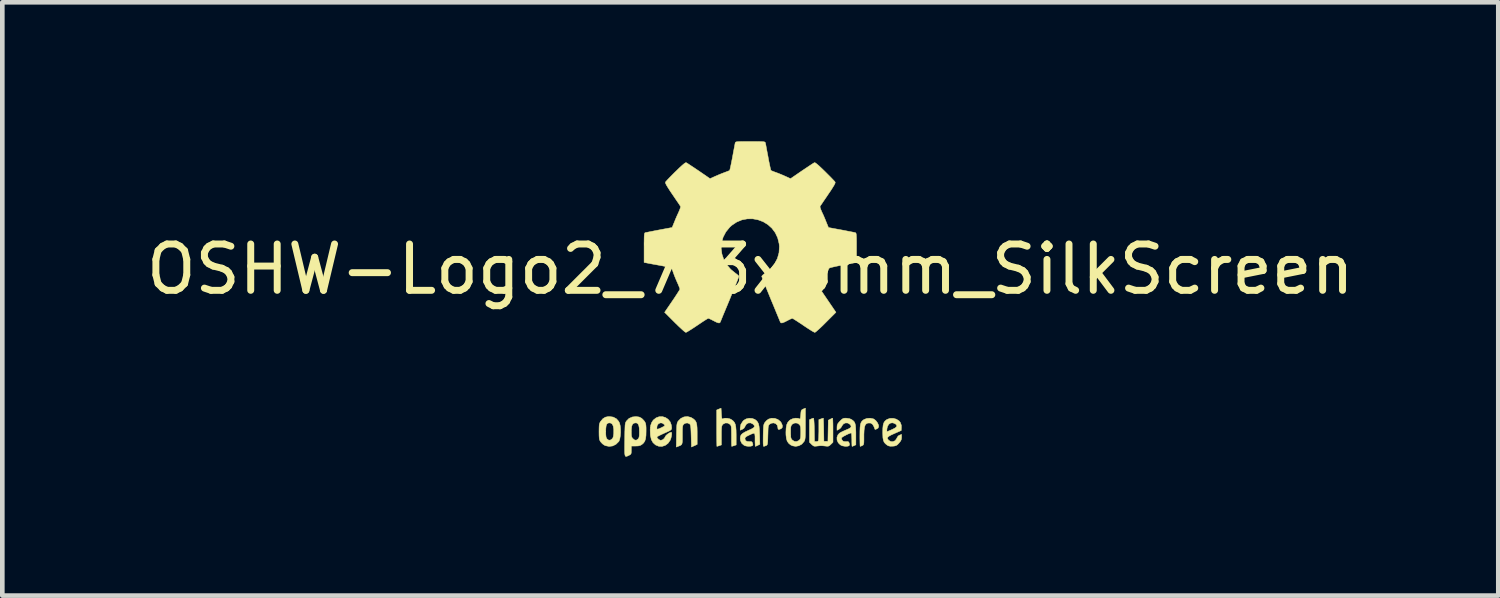
<source format=kicad_pcb>
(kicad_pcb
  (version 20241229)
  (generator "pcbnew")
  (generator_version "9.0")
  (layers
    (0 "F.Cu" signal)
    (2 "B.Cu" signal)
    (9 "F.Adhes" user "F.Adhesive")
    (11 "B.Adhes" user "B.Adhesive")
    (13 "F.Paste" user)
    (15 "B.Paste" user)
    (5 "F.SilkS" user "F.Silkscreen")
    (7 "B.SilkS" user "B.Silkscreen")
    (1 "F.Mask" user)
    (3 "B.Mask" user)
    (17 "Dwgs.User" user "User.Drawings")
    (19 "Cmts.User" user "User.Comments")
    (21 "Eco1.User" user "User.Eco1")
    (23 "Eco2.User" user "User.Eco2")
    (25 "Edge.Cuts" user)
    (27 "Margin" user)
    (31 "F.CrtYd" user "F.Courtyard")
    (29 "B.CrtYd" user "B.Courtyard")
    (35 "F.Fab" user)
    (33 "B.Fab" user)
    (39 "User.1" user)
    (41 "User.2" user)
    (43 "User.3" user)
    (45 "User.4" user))
  (footprint "OSHW-Logo2_7.3x6mm_SilkScreen"
    (layer "F.Cu")
    (at 13.149 2.763)
    (property "Reference" "OSHW-Logo2_7.3x6mm_SilkScreen" (at 0 0 0) (layer "F.SilkS") (effects (font (size 1 1) (thickness 0.15))))
    (attr exclude_from_pos_files exclude_from_bom)
    (fp_poly (pts (xy 2.653 3.229) (xy 2.67 3.236) (xy 2.711 3.269) (xy 2.747 3.317) (xy 2.769 3.367) (xy 2.772 3.392) (xy 2.76 3.427) (xy 2.734 3.445) (xy 2.706 3.457) (xy 2.693 3.459) (xy 2.687 3.444) (xy 2.674 3.411) (xy 2.669 3.397) (xy 2.639 3.346) (xy 2.595 3.32) (xy 2.538 3.321) (xy 2.534 3.322) (xy 2.504 3.337) (xy 2.481 3.364) (xy 2.466 3.409) (xy 2.457 3.475) (xy 2.453 3.564) (xy 2.453 3.611) (xy 2.453 3.686) (xy 2.452 3.737) (xy 2.448 3.769) (xy 2.442 3.788) (xy 2.432 3.799) (xy 2.417 3.807) (xy 2.416 3.808) (xy 2.387 3.82) (xy 2.372 3.825) (xy 2.37 3.811) (xy 2.368 3.773) (xy 2.367 3.716) (xy 2.366 3.644) (xy 2.366 3.592) (xy 2.367 3.49) (xy 2.37 3.413) (xy 2.377 3.356) (xy 2.389 3.315) (xy 2.407 3.284) (xy 2.432 3.26) (xy 2.457 3.243) (xy 2.517 3.221) (xy 2.587 3.216) (xy 2.653 3.229)) (stroke (width 0.01) (type solid)) (fill yes) (layer "F.SilkS"))
    (fp_poly (pts (xy -1.284 3.198) (xy -1.237 3.225) (xy -1.205 3.251) (xy -1.181 3.279) (xy -1.165 3.314) (xy -1.155 3.359) (xy -1.149 3.421) (xy -1.147 3.504) (xy -1.147 3.563) (xy -1.147 3.782) (xy -1.208 3.81) (xy -1.27 3.838) (xy -1.277 3.598) (xy -1.28 3.508) (xy -1.283 3.443) (xy -1.287 3.398) (xy -1.293 3.369) (xy -1.3 3.351) (xy -1.31 3.34) (xy -1.313 3.337) (xy -1.36 3.318) (xy -1.408 3.326) (xy -1.437 3.346) (xy -1.449 3.36) (xy -1.457 3.378) (xy -1.462 3.406) (xy -1.465 3.449) (xy -1.466 3.512) (xy -1.466 3.577) (xy -1.466 3.659) (xy -1.467 3.717) (xy -1.472 3.756) (xy -1.482 3.782) (xy -1.499 3.798) (xy -1.525 3.811) (xy -1.56 3.824) (xy -1.598 3.839) (xy -1.594 3.581) (xy -1.592 3.489) (xy -1.59 3.42) (xy -1.587 3.371) (xy -1.582 3.336) (xy -1.575 3.312) (xy -1.566 3.292) (xy -1.554 3.275) (xy -1.499 3.22) (xy -1.431 3.188) (xy -1.357 3.18) (xy -1.284 3.198)) (stroke (width 0.01) (type solid)) (fill yes) (layer "F.SilkS"))
    (fp_poly (pts (xy 0.53 3.22) (xy 0.596 3.244) (xy 0.649 3.287) (xy 0.67 3.317) (xy 0.693 3.373) (xy 0.692 3.413) (xy 0.669 3.44) (xy 0.66 3.445) (xy 0.622 3.459) (xy 0.602 3.455) (xy 0.595 3.431) (xy 0.595 3.418) (xy 0.583 3.369) (xy 0.551 3.335) (xy 0.508 3.318) (xy 0.459 3.323) (xy 0.419 3.344) (xy 0.405 3.357) (xy 0.396 3.371) (xy 0.389 3.394) (xy 0.385 3.429) (xy 0.383 3.482) (xy 0.381 3.558) (xy 0.38 3.582) (xy 0.378 3.664) (xy 0.376 3.721) (xy 0.372 3.76) (xy 0.367 3.783) (xy 0.359 3.796) (xy 0.347 3.805) (xy 0.339 3.808) (xy 0.307 3.82) (xy 0.288 3.825) (xy 0.282 3.811) (xy 0.278 3.77) (xy 0.277 3.701) (xy 0.278 3.604) (xy 0.278 3.589) (xy 0.28 3.5) (xy 0.283 3.435) (xy 0.286 3.389) (xy 0.292 3.357) (xy 0.3 3.334) (xy 0.311 3.314) (xy 0.317 3.305) (xy 0.35 3.268) (xy 0.388 3.239) (xy 0.392 3.236) (xy 0.459 3.216) (xy 0.53 3.22)) (stroke (width 0.01) (type solid)) (fill yes) (layer "F.SilkS"))
    (fp_poly (pts (xy -0.624 3.121) (xy -0.62 3.181) (xy -0.615 3.216) (xy -0.608 3.231) (xy -0.598 3.231) (xy -0.595 3.229) (xy -0.552 3.216) (xy -0.497 3.217) (xy -0.44 3.23) (xy -0.405 3.248) (xy -0.369 3.276) (xy -0.342 3.308) (xy -0.324 3.348) (xy -0.313 3.402) (xy -0.307 3.474) (xy -0.305 3.569) (xy -0.305 3.587) (xy -0.305 3.793) (xy -0.351 3.809) (xy -0.383 3.819) (xy -0.401 3.824) (xy -0.401 3.825) (xy -0.403 3.811) (xy -0.405 3.773) (xy -0.406 3.716) (xy -0.406 3.645) (xy -0.406 3.602) (xy -0.407 3.517) (xy -0.408 3.456) (xy -0.41 3.414) (xy -0.415 3.387) (xy -0.422 3.368) (xy -0.433 3.355) (xy -0.44 3.348) (xy -0.487 3.321) (xy -0.538 3.319) (xy -0.584 3.342) (xy -0.593 3.35) (xy -0.605 3.365) (xy -0.614 3.384) (xy -0.619 3.41) (xy -0.622 3.45) (xy -0.624 3.508) (xy -0.624 3.588) (xy -0.624 3.793) (xy -0.67 3.809) (xy -0.702 3.819) (xy -0.72 3.824) (xy -0.721 3.825) (xy -0.722 3.811) (xy -0.723 3.771) (xy -0.724 3.711) (xy -0.725 3.632) (xy -0.726 3.539) (xy -0.726 3.437) (xy -0.726 3.039) (xy -0.679 3.019) (xy -0.631 3) (xy -0.624 3.121)) (stroke (width 0.01) (type solid)) (fill yes) (layer "F.SilkS"))
    (fp_poly (pts (xy 1.78 3.229) (xy 1.782 3.267) (xy 1.784 3.325) (xy 1.785 3.398) (xy 1.785 3.475) (xy 1.785 3.735) (xy 1.739 3.781) (xy 1.708 3.809) (xy 1.68 3.821) (xy 1.642 3.82) (xy 1.627 3.818) (xy 1.58 3.813) (xy 1.541 3.81) (xy 1.531 3.81) (xy 1.499 3.811) (xy 1.453 3.816) (xy 1.436 3.818) (xy 1.392 3.822) (xy 1.363 3.814) (xy 1.334 3.791) (xy 1.323 3.781) (xy 1.277 3.735) (xy 1.277 3.249) (xy 1.314 3.232) (xy 1.346 3.219) (xy 1.365 3.215) (xy 1.369 3.229) (xy 1.374 3.267) (xy 1.378 3.326) (xy 1.381 3.402) (xy 1.382 3.465) (xy 1.386 3.716) (xy 1.421 3.721) (xy 1.452 3.717) (xy 1.468 3.706) (xy 1.472 3.685) (xy 1.476 3.641) (xy 1.478 3.579) (xy 1.48 3.505) (xy 1.48 3.467) (xy 1.48 3.247) (xy 1.526 3.231) (xy 1.559 3.22) (xy 1.576 3.215) (xy 1.577 3.215) (xy 1.578 3.229) (xy 1.58 3.267) (xy 1.582 3.324) (xy 1.584 3.397) (xy 1.585 3.465) (xy 1.589 3.716) (xy 1.676 3.716) (xy 1.68 3.487) (xy 1.684 3.259) (xy 1.727 3.237) (xy 1.758 3.222) (xy 1.777 3.215) (xy 1.777 3.215) (xy 1.78 3.229)) (stroke (width 0.01) (type solid)) (fill yes) (layer "F.SilkS"))
    (fp_poly (pts (xy -2.959 3.192) (xy -2.891 3.228) (xy -2.841 3.285) (xy -2.823 3.322) (xy -2.809 3.378) (xy -2.802 3.448) (xy -2.801 3.525) (xy -2.807 3.6) (xy -2.818 3.664) (xy -2.834 3.711) (xy -2.839 3.719) (xy -2.9 3.779) (xy -2.971 3.815) (xy -3.049 3.825) (xy -3.127 3.809) (xy -3.149 3.799) (xy -3.192 3.769) (xy -3.229 3.729) (xy -3.233 3.724) (xy -3.247 3.7) (xy -3.257 3.674) (xy -3.262 3.64) (xy -3.265 3.591) (xy -3.266 3.521) (xy -3.266 3.505) (xy -3.266 3.5) (xy -3.121 3.5) (xy -3.12 3.566) (xy -3.116 3.61) (xy -3.109 3.639) (xy -3.098 3.658) (xy -3.092 3.665) (xy -3.057 3.69) (xy -3.023 3.689) (xy -2.989 3.667) (xy -2.969 3.644) (xy -2.957 3.61) (xy -2.95 3.558) (xy -2.949 3.551) (xy -2.948 3.456) (xy -2.96 3.384) (xy -2.985 3.338) (xy -3.023 3.318) (xy -3.037 3.317) (xy -3.073 3.322) (xy -3.097 3.342) (xy -3.112 3.379) (xy -3.119 3.438) (xy -3.121 3.5) (xy -3.266 3.5) (xy -3.265 3.43) (xy -3.263 3.378) (xy -3.258 3.342) (xy -3.249 3.315) (xy -3.236 3.292) (xy -3.233 3.287) (xy -3.184 3.228) (xy -3.13 3.194) (xy -3.064 3.18) (xy -3.042 3.18) (xy -2.959 3.192)) (stroke (width 0.01) (type solid)) (fill yes) (layer "F.SilkS"))
    (fp_poly (pts (xy 3.154 3.237) (xy 3.211 3.274) (xy 3.239 3.308) (xy 3.261 3.369) (xy 3.262 3.417) (xy 3.258 3.482) (xy 3.11 3.547) (xy 3.037 3.58) (xy 2.99 3.607) (xy 2.966 3.63) (xy 2.961 3.653) (xy 2.975 3.677) (xy 2.99 3.694) (xy 3.034 3.72) (xy 3.081 3.722) (xy 3.125 3.702) (xy 3.157 3.661) (xy 3.163 3.646) (xy 3.191 3.601) (xy 3.222 3.582) (xy 3.266 3.566) (xy 3.266 3.628) (xy 3.262 3.67) (xy 3.247 3.706) (xy 3.215 3.747) (xy 3.211 3.752) (xy 3.176 3.789) (xy 3.145 3.808) (xy 3.108 3.817) (xy 3.076 3.82) (xy 3.02 3.821) (xy 2.981 3.812) (xy 2.956 3.798) (xy 2.917 3.767) (xy 2.89 3.735) (xy 2.873 3.693) (xy 2.863 3.638) (xy 2.86 3.561) (xy 2.859 3.523) (xy 2.86 3.476) (xy 2.948 3.476) (xy 2.949 3.501) (xy 2.952 3.505) (xy 2.968 3.5) (xy 3.004 3.485) (xy 3.052 3.464) (xy 3.062 3.46) (xy 3.123 3.429) (xy 3.157 3.402) (xy 3.164 3.376) (xy 3.146 3.35) (xy 3.132 3.339) (xy 3.079 3.316) (xy 3.03 3.32) (xy 2.989 3.348) (xy 2.961 3.397) (xy 2.952 3.436) (xy 2.948 3.476) (xy 2.86 3.476) (xy 2.861 3.432) (xy 2.868 3.365) (xy 2.882 3.317) (xy 2.904 3.281) (xy 2.937 3.253) (xy 2.951 3.243) (xy 3.015 3.22) (xy 3.085 3.218) (xy 3.154 3.237)) (stroke (width 0.01) (type solid)) (fill yes) (layer "F.SilkS"))
    (fp_poly (pts (xy 1.19 3.335) (xy 1.19 3.444) (xy 1.189 3.527) (xy 1.188 3.59) (xy 1.185 3.635) (xy 1.181 3.667) (xy 1.175 3.691) (xy 1.167 3.709) (xy 1.161 3.719) (xy 1.112 3.776) (xy 1.049 3.811) (xy 0.98 3.824) (xy 0.911 3.812) (xy 0.869 3.792) (xy 0.826 3.755) (xy 0.796 3.711) (xy 0.779 3.653) (xy 0.77 3.576) (xy 0.769 3.52) (xy 0.769 3.516) (xy 0.871 3.516) (xy 0.871 3.581) (xy 0.874 3.624) (xy 0.881 3.652) (xy 0.893 3.672) (xy 0.906 3.687) (xy 0.953 3.717) (xy 1.004 3.719) (xy 1.051 3.695) (xy 1.055 3.691) (xy 1.071 3.674) (xy 1.081 3.653) (xy 1.086 3.622) (xy 1.088 3.575) (xy 1.089 3.522) (xy 1.088 3.455) (xy 1.085 3.411) (xy 1.078 3.382) (xy 1.066 3.361) (xy 1.057 3.35) (xy 1.013 3.322) (xy 0.962 3.319) (xy 0.914 3.34) (xy 0.904 3.348) (xy 0.889 3.366) (xy 0.879 3.387) (xy 0.873 3.418) (xy 0.871 3.466) (xy 0.871 3.516) (xy 0.769 3.516) (xy 0.773 3.429) (xy 0.785 3.36) (xy 0.807 3.309) (xy 0.842 3.268) (xy 0.869 3.248) (xy 0.919 3.226) (xy 0.976 3.215) (xy 1.03 3.218) (xy 1.06 3.229) (xy 1.071 3.232) (xy 1.079 3.221) (xy 1.084 3.189) (xy 1.089 3.141) (xy 1.093 3.087) (xy 1.099 3.054) (xy 1.111 3.036) (xy 1.131 3.024) (xy 1.143 3.018) (xy 1.19 2.999) (xy 1.19 3.335)) (stroke (width 0.01) (type solid)) (fill yes) (layer "F.SilkS"))
    (fp_poly (pts (xy -1.832 3.201) (xy -1.774 3.24) (xy -1.73 3.295) (xy -1.704 3.366) (xy -1.698 3.418) (xy -1.699 3.44) (xy -1.704 3.457) (xy -1.718 3.471) (xy -1.745 3.488) (xy -1.79 3.509) (xy -1.857 3.539) (xy -1.858 3.54) (xy -1.92 3.568) (xy -1.97 3.593) (xy -2.005 3.612) (xy -2.017 3.623) (xy -2.017 3.623) (xy -2.006 3.646) (xy -1.98 3.672) (xy -1.949 3.69) (xy -1.934 3.694) (xy -1.891 3.681) (xy -1.855 3.649) (xy -1.837 3.615) (xy -1.82 3.589) (xy -1.787 3.56) (xy -1.748 3.534) (xy -1.713 3.52) (xy -1.706 3.52) (xy -1.698 3.532) (xy -1.697 3.564) (xy -1.703 3.607) (xy -1.715 3.653) (xy -1.73 3.693) (xy -1.731 3.694) (xy -1.777 3.759) (xy -1.837 3.803) (xy -1.906 3.825) (xy -1.976 3.822) (xy -2.044 3.794) (xy -2.047 3.792) (xy -2.101 3.743) (xy -2.136 3.68) (xy -2.155 3.597) (xy -2.158 3.574) (xy -2.162 3.464) (xy -2.157 3.413) (xy -2.017 3.413) (xy -2.016 3.445) (xy -2.006 3.454) (xy -1.981 3.447) (xy -1.942 3.431) (xy -1.899 3.41) (xy -1.898 3.409) (xy -1.861 3.39) (xy -1.846 3.377) (xy -1.85 3.363) (xy -1.865 3.346) (xy -1.904 3.32) (xy -1.946 3.318) (xy -1.984 3.337) (xy -2.01 3.373) (xy -2.017 3.413) (xy -2.157 3.413) (xy -2.153 3.376) (xy -2.128 3.306) (xy -2.095 3.257) (xy -2.033 3.208) (xy -1.966 3.183) (xy -1.897 3.182) (xy -1.832 3.201)) (stroke (width 0.01) (type solid)) (fill yes) (layer "F.SilkS"))
    (fp_poly (pts (xy 0.04 3.221) (xy 0.097 3.242) (xy 0.097 3.242) (xy 0.132 3.268) (xy 0.158 3.299) (xy 0.177 3.338) (xy 0.189 3.391) (xy 0.196 3.464) (xy 0.2 3.559) (xy 0.201 3.573) (xy 0.206 3.779) (xy 0.162 3.802) (xy 0.13 3.817) (xy 0.11 3.824) (xy 0.11 3.825) (xy 0.106 3.811) (xy 0.104 3.775) (xy 0.102 3.721) (xy 0.102 3.678) (xy 0.102 3.609) (xy 0.098 3.565) (xy 0.087 3.544) (xy 0.064 3.543) (xy 0.022 3.559) (xy -0.04 3.588) (xy -0.086 3.612) (xy -0.109 3.633) (xy -0.116 3.656) (xy -0.116 3.657) (xy -0.105 3.696) (xy -0.071 3.717) (xy -0.019 3.721) (xy 0.018 3.72) (xy 0.038 3.731) (xy 0.05 3.757) (xy 0.057 3.789) (xy 0.047 3.808) (xy 0.043 3.811) (xy 0.007 3.821) (xy -0.043 3.823) (xy -0.095 3.816) (xy -0.132 3.803) (xy -0.183 3.76) (xy -0.212 3.699) (xy -0.218 3.652) (xy -0.213 3.61) (xy -0.198 3.575) (xy -0.166 3.545) (xy -0.115 3.514) (xy -0.041 3.479) (xy -0.036 3.477) (xy 0.031 3.446) (xy 0.072 3.421) (xy 0.09 3.398) (xy 0.086 3.375) (xy 0.063 3.348) (xy 0.056 3.342) (xy 0.009 3.318) (xy -0.04 3.319) (xy -0.082 3.342) (xy -0.111 3.386) (xy -0.113 3.394) (xy -0.139 3.435) (xy -0.171 3.455) (xy -0.218 3.475) (xy -0.218 3.424) (xy -0.204 3.35) (xy -0.161 3.282) (xy -0.139 3.26) (xy -0.089 3.231) (xy -0.026 3.217) (xy 0.04 3.221)) (stroke (width 0.01) (type solid)) (fill yes) (layer "F.SilkS"))
    (fp_poly (pts (xy -2.4 3.19) (xy -2.345 3.218) (xy -2.296 3.268) (xy -2.282 3.287) (xy -2.268 3.312) (xy -2.258 3.339) (xy -2.253 3.375) (xy -2.25 3.426) (xy -2.25 3.494) (xy -2.252 3.588) (xy -2.261 3.658) (xy -2.277 3.71) (xy -2.303 3.75) (xy -2.34 3.783) (xy -2.342 3.785) (xy -2.379 3.805) (xy -2.422 3.815) (xy -2.478 3.817) (xy -2.569 3.817) (xy -2.569 3.905) (xy -2.57 3.954) (xy -2.575 3.983) (xy -2.588 4) (xy -2.614 4.015) (xy -2.62 4.018) (xy -2.649 4.032) (xy -2.672 4.04) (xy -2.688 4.041) (xy -2.7 4.031) (xy -2.707 4.007) (xy -2.712 3.966) (xy -2.713 3.906) (xy -2.713 3.823) (xy -2.712 3.715) (xy -2.711 3.683) (xy -2.71 3.572) (xy -2.709 3.499) (xy -2.569 3.499) (xy -2.568 3.56) (xy -2.565 3.601) (xy -2.557 3.628) (xy -2.543 3.648) (xy -2.533 3.658) (xy -2.495 3.688) (xy -2.46 3.69) (xy -2.425 3.666) (xy -2.424 3.665) (xy -2.409 3.646) (xy -2.401 3.621) (xy -2.396 3.582) (xy -2.395 3.522) (xy -2.395 3.508) (xy -2.398 3.426) (xy -2.409 3.369) (xy -2.429 3.334) (xy -2.458 3.318) (xy -2.476 3.317) (xy -2.516 3.324) (xy -2.544 3.348) (xy -2.561 3.393) (xy -2.568 3.461) (xy -2.569 3.499) (xy -2.709 3.499) (xy -2.708 3.485) (xy -2.706 3.42) (xy -2.704 3.373) (xy -2.7 3.339) (xy -2.694 3.315) (xy -2.687 3.298) (xy -2.677 3.282) (xy -2.673 3.276) (xy -2.619 3.221) (xy -2.55 3.19) (xy -2.47 3.181) (xy -2.4 3.19)) (stroke (width 0.01) (type solid)) (fill yes) (layer "F.SilkS"))
    (fp_poly (pts (xy 2.145 3.226) (xy 2.187 3.245) (xy 2.219 3.268) (xy 2.244 3.294) (xy 2.26 3.327) (xy 2.271 3.373) (xy 2.276 3.435) (xy 2.279 3.519) (xy 2.279 3.575) (xy 2.279 3.791) (xy 2.242 3.808) (xy 2.213 3.82) (xy 2.198 3.825) (xy 2.195 3.811) (xy 2.193 3.775) (xy 2.192 3.722) (xy 2.192 3.679) (xy 2.19 3.618) (xy 2.187 3.57) (xy 2.182 3.541) (xy 2.178 3.534) (xy 2.153 3.541) (xy 2.112 3.557) (xy 2.066 3.579) (xy 2.021 3.603) (xy 1.986 3.625) (xy 1.97 3.64) (xy 1.97 3.64) (xy 1.971 3.667) (xy 1.984 3.693) (xy 2.006 3.714) (xy 2.038 3.721) (xy 2.065 3.721) (xy 2.104 3.72) (xy 2.124 3.729) (xy 2.136 3.753) (xy 2.138 3.758) (xy 2.143 3.792) (xy 2.129 3.813) (xy 2.092 3.822) (xy 2.052 3.824) (xy 1.981 3.811) (xy 1.943 3.791) (xy 1.898 3.746) (xy 1.873 3.69) (xy 1.871 3.631) (xy 1.892 3.576) (xy 1.923 3.541) (xy 1.953 3.522) (xy 2.002 3.498) (xy 2.058 3.473) (xy 2.068 3.469) (xy 2.13 3.442) (xy 2.166 3.418) (xy 2.177 3.394) (xy 2.167 3.367) (xy 2.148 3.346) (xy 2.104 3.32) (xy 2.056 3.318) (xy 2.012 3.338) (xy 1.981 3.378) (xy 1.977 3.388) (xy 1.952 3.426) (xy 1.917 3.454) (xy 1.872 3.477) (xy 1.872 3.411) (xy 1.875 3.372) (xy 1.886 3.34) (xy 1.911 3.306) (xy 1.935 3.28) (xy 1.972 3.244) (xy 2.001 3.224) (xy 2.033 3.216) (xy 2.068 3.215) (xy 2.145 3.226)) (stroke (width 0.01) (type solid)) (fill yes) (layer "F.SilkS"))
    (fp_poly (pts (xy 0.104 -2.758) (xy 0.182 -2.757) (xy 0.239 -2.756) (xy 0.278 -2.754) (xy 0.303 -2.75) (xy 0.316 -2.744) (xy 0.323 -2.737) (xy 0.326 -2.726) (xy 0.327 -2.725) (xy 0.332 -2.701) (xy 0.341 -2.653) (xy 0.353 -2.587) (xy 0.368 -2.508) (xy 0.385 -2.42) (xy 0.385 -2.417) (xy 0.401 -2.331) (xy 0.417 -2.255) (xy 0.43 -2.194) (xy 0.44 -2.152) (xy 0.446 -2.133) (xy 0.447 -2.133) (xy 0.465 -2.124) (xy 0.502 -2.109) (xy 0.551 -2.091) (xy 0.552 -2.091) (xy 0.613 -2.068) (xy 0.686 -2.038) (xy 0.754 -2.008) (xy 0.757 -2.007) (xy 0.869 -1.956) (xy 1.115 -2.125) (xy 1.191 -2.176) (xy 1.26 -2.222) (xy 1.317 -2.26) (xy 1.359 -2.287) (xy 1.383 -2.301) (xy 1.385 -2.302) (xy 1.402 -2.298) (xy 1.434 -2.275) (xy 1.481 -2.235) (xy 1.546 -2.174) (xy 1.612 -2.11) (xy 1.676 -2.046) (xy 1.733 -1.989) (xy 1.78 -1.94) (xy 1.814 -1.904) (xy 1.83 -1.884) (xy 1.831 -1.883) (xy 1.833 -1.869) (xy 1.826 -1.847) (xy 1.809 -1.814) (xy 1.779 -1.765) (xy 1.737 -1.699) (xy 1.679 -1.614) (xy 1.629 -1.54) (xy 1.583 -1.473) (xy 1.546 -1.417) (xy 1.519 -1.378) (xy 1.506 -1.357) (xy 1.505 -1.356) (xy 1.507 -1.336) (xy 1.519 -1.298) (xy 1.54 -1.248) (xy 1.547 -1.232) (xy 1.58 -1.162) (xy 1.614 -1.082) (xy 1.642 -1.012) (xy 1.663 -0.961) (xy 1.679 -0.922) (xy 1.688 -0.901) (xy 1.689 -0.9) (xy 1.706 -0.897) (xy 1.746 -0.89) (xy 1.804 -0.879) (xy 1.875 -0.866) (xy 1.952 -0.852) (xy 2.032 -0.837) (xy 2.107 -0.822) (xy 2.174 -0.809) (xy 2.227 -0.799) (xy 2.26 -0.792) (xy 2.268 -0.79) (xy 2.276 -0.785) (xy 2.283 -0.774) (xy 2.287 -0.754) (xy 2.29 -0.72) (xy 2.292 -0.67) (xy 2.293 -0.599) (xy 2.293 -0.504) (xy 2.293 -0.465) (xy 2.293 -0.147) (xy 2.217 -0.132) (xy 2.175 -0.124) (xy 2.111 -0.112) (xy 2.035 -0.098) (xy 1.953 -0.083) (xy 1.93 -0.079) (xy 1.855 -0.064) (xy 1.789 -0.049) (xy 1.738 -0.037) (xy 1.709 -0.027) (xy 1.704 -0.024) (xy 1.691 -0.003) (xy 1.674 0.038) (xy 1.655 0.09) (xy 1.651 0.102) (xy 1.625 0.172) (xy 1.594 0.25) (xy 1.563 0.321) (xy 1.563 0.322) (xy 1.511 0.433) (xy 1.68 0.681) (xy 1.849 0.93) (xy 1.632 1.147) (xy 1.567 1.212) (xy 1.507 1.269) (xy 1.456 1.315) (xy 1.418 1.348) (xy 1.396 1.363) (xy 1.392 1.364) (xy 1.374 1.356) (xy 1.335 1.335) (xy 1.281 1.301) (xy 1.216 1.259) (xy 1.146 1.212) (xy 1.075 1.164) (xy 1.011 1.122) (xy 0.959 1.089) (xy 0.923 1.067) (xy 0.907 1.06) (xy 0.887 1.066) (xy 0.85 1.083) (xy 0.803 1.107) (xy 0.798 1.11) (xy 0.734 1.142) (xy 0.69 1.158) (xy 0.663 1.158) (xy 0.649 1.143) (xy 0.649 1.143) (xy 0.642 1.126) (xy 0.625 1.085) (xy 0.6 1.024) (xy 0.567 0.945) (xy 0.529 0.852) (xy 0.486 0.748) (xy 0.444 0.648) (xy 0.399 0.537) (xy 0.357 0.434) (xy 0.32 0.342) (xy 0.289 0.265) (xy 0.266 0.206) (xy 0.251 0.167) (xy 0.247 0.153) (xy 0.258 0.136) (xy 0.287 0.11) (xy 0.326 0.081) (xy 0.437 -0.011) (xy 0.523 -0.116) (xy 0.585 -0.233) (xy 0.62 -0.358) (xy 0.628 -0.49) (xy 0.622 -0.552) (xy 0.591 -0.678) (xy 0.538 -0.79) (xy 0.466 -0.886) (xy 0.378 -0.965) (xy 0.278 -1.026) (xy 0.168 -1.067) (xy 0.053 -1.089) (xy -0.065 -1.088) (xy -0.181 -1.066) (xy -0.294 -1.019) (xy -0.4 -0.948) (xy -0.444 -0.908) (xy -0.528 -0.805) (xy -0.587 -0.692) (xy -0.62 -0.573) (xy -0.629 -0.451) (xy -0.613 -0.329) (xy -0.573 -0.211) (xy -0.51 -0.1) (xy -0.423 0.002) (xy -0.326 0.081) (xy -0.286 0.111) (xy -0.257 0.137) (xy -0.247 0.153) (xy -0.252 0.17) (xy -0.267 0.21) (xy -0.291 0.272) (xy -0.323 0.35) (xy -0.36 0.443) (xy -0.403 0.546) (xy -0.444 0.648) (xy -0.49 0.759) (xy -0.533 0.862) (xy -0.571 0.953) (xy -0.603 1.03) (xy -0.627 1.09) (xy -0.643 1.129) (xy -0.649 1.143) (xy -0.663 1.158) (xy -0.69 1.158) (xy -0.734 1.142) (xy -0.797 1.11) (xy -0.798 1.11) (xy -0.845 1.085) (xy -0.884 1.067) (xy -0.906 1.06) (xy -0.907 1.06) (xy -0.923 1.067) (xy -0.96 1.089) (xy -1.012 1.122) (xy -1.075 1.164) (xy -1.146 1.212) (xy -1.218 1.26) (xy -1.283 1.302) (xy -1.336 1.335) (xy -1.374 1.357) (xy -1.392 1.364) (xy -1.409 1.354) (xy -1.443 1.327) (xy -1.49 1.284) (xy -1.547 1.231) (xy -1.612 1.168) (xy -1.633 1.147) (xy -1.85 0.93) (xy -1.684 0.687) (xy -1.634 0.613) (xy -1.59 0.546) (xy -1.555 0.491) (xy -1.53 0.451) (xy -1.519 0.43) (xy -1.519 0.429) (xy -1.525 0.409) (xy -1.54 0.37) (xy -1.562 0.317) (xy -1.578 0.282) (xy -1.607 0.215) (xy -1.635 0.147) (xy -1.656 0.09) (xy -1.662 0.073) (xy -1.679 0.026) (xy -1.695 -0.01) (xy -1.704 -0.024) (xy -1.723 -0.032) (xy -1.766 -0.044) (xy -1.826 -0.058) (xy -1.898 -0.073) (xy -1.93 -0.079) (xy -2.012 -0.094) (xy -2.091 -0.108) (xy -2.159 -0.121) (xy -2.208 -0.13) (xy -2.217 -0.132) (xy -2.293 -0.147) (xy -2.293 -0.465) (xy -2.293 -0.569) (xy -2.292 -0.648) (xy -2.291 -0.705) (xy -2.288 -0.744) (xy -2.284 -0.769) (xy -2.279 -0.782) (xy -2.271 -0.789) (xy -2.268 -0.79) (xy -2.249 -0.794) (xy -2.207 -0.802) (xy -2.148 -0.814) (xy -2.077 -0.828) (xy -1.999 -0.843) (xy -1.92 -0.858) (xy -1.845 -0.872) (xy -1.779 -0.884) (xy -1.727 -0.894) (xy -1.696 -0.899) (xy -1.689 -0.9) (xy -1.683 -0.912) (xy -1.669 -0.946) (xy -1.65 -0.994) (xy -1.642 -1.012) (xy -1.613 -1.085) (xy -1.578 -1.165) (xy -1.547 -1.232) (xy -1.525 -1.284) (xy -1.51 -1.326) (xy -1.504 -1.352) (xy -1.505 -1.356) (xy -1.516 -1.372) (xy -1.54 -1.409) (xy -1.576 -1.461) (xy -1.62 -1.526) (xy -1.67 -1.6) (xy -1.68 -1.614) (xy -1.738 -1.7) (xy -1.78 -1.766) (xy -1.809 -1.814) (xy -1.826 -1.847) (xy -1.833 -1.869) (xy -1.831 -1.883) (xy -1.831 -1.883) (xy -1.816 -1.901) (xy -1.785 -1.935) (xy -1.739 -1.983) (xy -1.683 -2.04) (xy -1.62 -2.103) (xy -1.612 -2.11) (xy -1.533 -2.187) (xy -1.471 -2.244) (xy -1.427 -2.281) (xy -1.398 -2.3) (xy -1.385 -2.302) (xy -1.367 -2.292) (xy -1.328 -2.267) (xy -1.274 -2.231) (xy -1.207 -2.187) (xy -1.133 -2.137) (xy -1.115 -2.125) (xy -0.869 -1.956) (xy -0.757 -2.007) (xy -0.69 -2.036) (xy -0.617 -2.066) (xy -0.554 -2.09) (xy -0.552 -2.091) (xy -0.503 -2.109) (xy -0.465 -2.124) (xy -0.447 -2.133) (xy -0.447 -2.133) (xy -0.441 -2.149) (xy -0.431 -2.19) (xy -0.418 -2.25) (xy -0.403 -2.325) (xy -0.386 -2.41) (xy -0.385 -2.417) (xy -0.369 -2.505) (xy -0.354 -2.585) (xy -0.341 -2.651) (xy -0.332 -2.7) (xy -0.327 -2.725) (xy -0.327 -2.725) (xy -0.323 -2.736) (xy -0.317 -2.744) (xy -0.305 -2.75) (xy -0.281 -2.753) (xy -0.244 -2.756) (xy -0.19 -2.757) (xy -0.114 -2.758) (xy -0.013 -2.758) (xy 0 -2.758) (xy 0.104 -2.758)) (stroke (width 0.01) (type solid)) (fill yes) (layer "F.SilkS")))
  (gr_rect
    (start -3 -3)
    (end 29.298 9.809)
    (stroke (width 0.1) (type default))
    (fill no)
    (layer "Edge.Cuts")))
</source>
